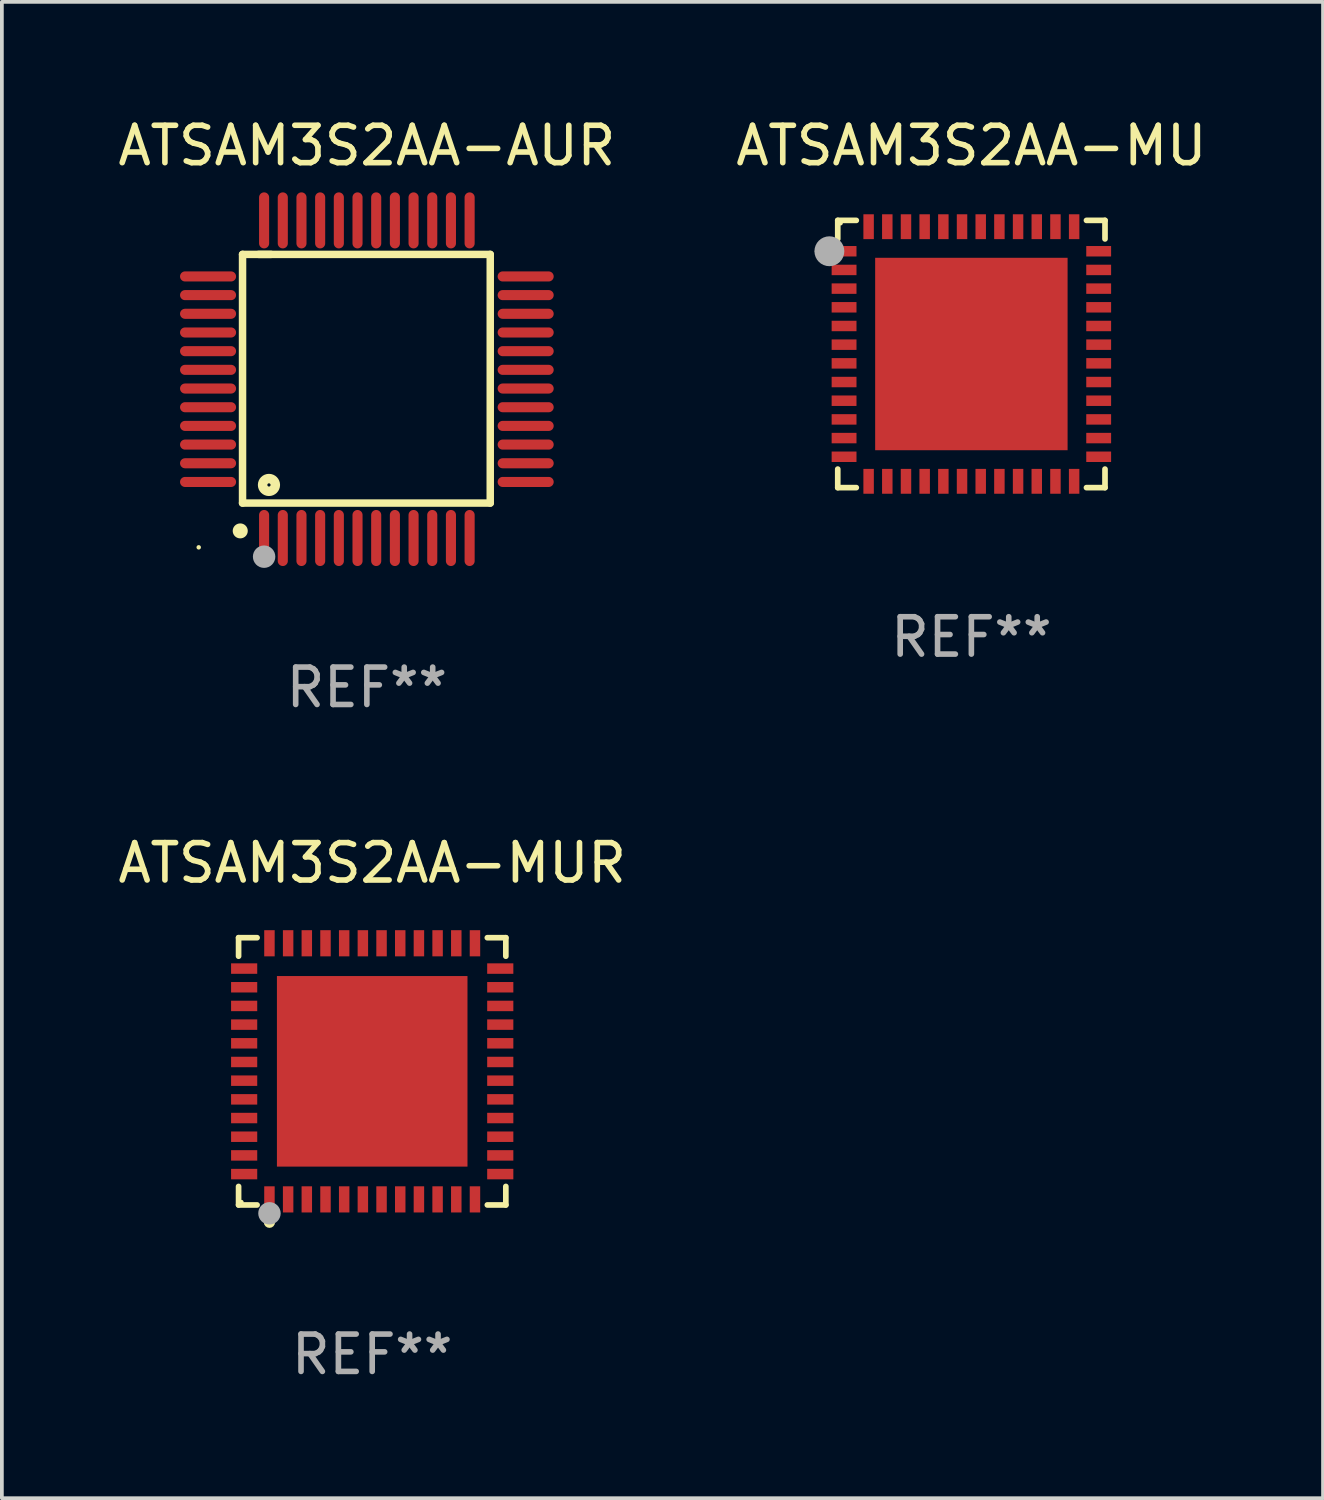
<source format=kicad_pcb>
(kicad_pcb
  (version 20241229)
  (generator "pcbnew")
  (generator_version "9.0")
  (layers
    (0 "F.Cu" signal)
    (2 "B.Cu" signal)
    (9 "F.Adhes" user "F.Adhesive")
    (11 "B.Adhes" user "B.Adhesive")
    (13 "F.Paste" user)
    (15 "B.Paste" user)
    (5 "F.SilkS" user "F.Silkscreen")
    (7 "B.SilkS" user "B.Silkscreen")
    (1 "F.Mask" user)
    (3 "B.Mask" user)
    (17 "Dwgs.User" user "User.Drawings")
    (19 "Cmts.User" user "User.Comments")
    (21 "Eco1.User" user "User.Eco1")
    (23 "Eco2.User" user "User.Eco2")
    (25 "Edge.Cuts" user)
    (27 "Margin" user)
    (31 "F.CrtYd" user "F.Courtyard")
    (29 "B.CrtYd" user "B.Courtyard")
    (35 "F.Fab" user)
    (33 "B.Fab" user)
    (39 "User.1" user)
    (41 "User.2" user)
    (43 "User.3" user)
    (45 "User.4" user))
  (footprint "ATSAM3S2AA-MUR"
    (layer "F.Cu")
    (at 6.911 25.621)
    (property "Reference" "ATSAM3S2AA-MUR" (at 0 -5.576 0) (layer "F.SilkS") (effects (font (size 1 1) (thickness 0.15))))
    (attr through_hole)
    (fp_line (start -3.576 -3.576) (end -3.081 -3.576) (stroke (width 0.152) (type solid)) (layer "F.SilkS"))
    (fp_line (start -3.576 -3.081) (end -3.576 -3.576) (stroke (width 0.152) (type solid)) (layer "F.SilkS"))
    (fp_line (start -3.576 3.081) (end -3.576 3.576) (stroke (width 0.152) (type solid)) (layer "F.SilkS"))
    (fp_line (start -3.576 3.576) (end -3.081 3.576) (stroke (width 0.152) (type solid)) (layer "F.SilkS"))
    (fp_line (start 3.576 -3.576) (end 3.081 -3.576) (stroke (width 0.152) (type solid)) (layer "F.SilkS"))
    (fp_line (start 3.576 -3.081) (end 3.576 -3.576) (stroke (width 0.152) (type solid)) (layer "F.SilkS"))
    (fp_line (start 3.576 3.081) (end 3.576 3.576) (stroke (width 0.152) (type solid)) (layer "F.SilkS"))
    (fp_line (start 3.576 3.576) (end 3.081 3.576) (stroke (width 0.152) (type solid)) (layer "F.SilkS"))
    (fp_circle (center -3.5 3.5) (end -3.47 3.5) (stroke (width 0.06) (type solid)) (fill no) (layer "F.SilkS"))
    (fp_circle (center -2.75 4.04) (end -2.675 4.04) (stroke (width 0.15) (type solid)) (fill no) (layer "F.SilkS"))
    (fp_circle (center -2.75 3.8) (end -2.6 3.8) (stroke (width 0.3) (type solid)) (fill no) (layer "F.Fab"))
    (fp_text user "REF**" (at 0 7.576 0) (layer "F.Fab") (effects (font (size 1 1) (thickness 0.15))))
    (pad "1" smd rect (at -2.75 3.427) (size 0.28 0.7) (layers "F.Cu" "F.Mask" "F.Paste"))
    (pad "2" smd rect (at -2.25 3.427) (size 0.28 0.7) (layers "F.Cu" "F.Mask" "F.Paste"))
    (pad "3" smd rect (at -1.75 3.427) (size 0.28 0.7) (layers "F.Cu" "F.Mask" "F.Paste"))
    (pad "4" smd rect (at -1.25 3.427) (size 0.28 0.7) (layers "F.Cu" "F.Mask" "F.Paste"))
    (pad "5" smd rect (at -0.75 3.427) (size 0.28 0.7) (layers "F.Cu" "F.Mask" "F.Paste"))
    (pad "6" smd rect (at -0.25 3.427) (size 0.28 0.7) (layers "F.Cu" "F.Mask" "F.Paste"))
    (pad "7" smd rect (at 0.25 3.427) (size 0.28 0.7) (layers "F.Cu" "F.Mask" "F.Paste"))
    (pad "8" smd rect (at 0.75 3.427) (size 0.28 0.7) (layers "F.Cu" "F.Mask" "F.Paste"))
    (pad "9" smd rect (at 1.25 3.427) (size 0.28 0.7) (layers "F.Cu" "F.Mask" "F.Paste"))
    (pad "10" smd rect (at 1.75 3.427) (size 0.28 0.7) (layers "F.Cu" "F.Mask" "F.Paste"))
    (pad "11" smd rect (at 2.25 3.427) (size 0.28 0.7) (layers "F.Cu" "F.Mask" "F.Paste"))
    (pad "12" smd rect (at 2.75 3.427) (size 0.28 0.7) (layers "F.Cu" "F.Mask" "F.Paste"))
    (pad "13" smd rect (at 3.427 2.75) (size 0.7 0.28) (layers "F.Cu" "F.Mask" "F.Paste"))
    (pad "14" smd rect (at 3.427 2.25) (size 0.7 0.28) (layers "F.Cu" "F.Mask" "F.Paste"))
    (pad "15" smd rect (at 3.427 1.75) (size 0.7 0.28) (layers "F.Cu" "F.Mask" "F.Paste"))
    (pad "16" smd rect (at 3.427 1.25) (size 0.7 0.28) (layers "F.Cu" "F.Mask" "F.Paste"))
    (pad "17" smd rect (at 3.427 0.75) (size 0.7 0.28) (layers "F.Cu" "F.Mask" "F.Paste"))
    (pad "18" smd rect (at 3.427 0.25) (size 0.7 0.28) (layers "F.Cu" "F.Mask" "F.Paste"))
    (pad "19" smd rect (at 3.427 -0.25) (size 0.7 0.28) (layers "F.Cu" "F.Mask" "F.Paste"))
    (pad "20" smd rect (at 3.427 -0.75) (size 0.7 0.28) (layers "F.Cu" "F.Mask" "F.Paste"))
    (pad "21" smd rect (at 3.427 -1.25) (size 0.7 0.28) (layers "F.Cu" "F.Mask" "F.Paste"))
    (pad "22" smd rect (at 3.427 -1.75) (size 0.7 0.28) (layers "F.Cu" "F.Mask" "F.Paste"))
    (pad "23" smd rect (at 3.427 -2.25) (size 0.7 0.28) (layers "F.Cu" "F.Mask" "F.Paste"))
    (pad "24" smd rect (at 3.427 -2.75) (size 0.7 0.28) (layers "F.Cu" "F.Mask" "F.Paste"))
    (pad "25" smd rect (at 2.75 -3.427) (size 0.28 0.7) (layers "F.Cu" "F.Mask" "F.Paste"))
    (pad "26" smd rect (at 2.25 -3.427) (size 0.28 0.7) (layers "F.Cu" "F.Mask" "F.Paste"))
    (pad "27" smd rect (at 1.75 -3.427) (size 0.28 0.7) (layers "F.Cu" "F.Mask" "F.Paste"))
    (pad "28" smd rect (at 1.25 -3.427) (size 0.28 0.7) (layers "F.Cu" "F.Mask" "F.Paste"))
    (pad "29" smd rect (at 0.75 -3.427) (size 0.28 0.7) (layers "F.Cu" "F.Mask" "F.Paste"))
    (pad "30" smd rect (at 0.25 -3.427) (size 0.28 0.7) (layers "F.Cu" "F.Mask" "F.Paste"))
    (pad "31" smd rect (at -0.25 -3.427) (size 0.28 0.7) (layers "F.Cu" "F.Mask" "F.Paste"))
    (pad "32" smd rect (at -0.75 -3.427) (size 0.28 0.7) (layers "F.Cu" "F.Mask" "F.Paste"))
    (pad "33" smd rect (at -1.25 -3.427) (size 0.28 0.7) (layers "F.Cu" "F.Mask" "F.Paste"))
    (pad "34" smd rect (at -1.75 -3.427) (size 0.28 0.7) (layers "F.Cu" "F.Mask" "F.Paste"))
    (pad "35" smd rect (at -2.25 -3.427) (size 0.28 0.7) (layers "F.Cu" "F.Mask" "F.Paste"))
    (pad "36" smd rect (at -2.75 -3.427) (size 0.28 0.7) (layers "F.Cu" "F.Mask" "F.Paste"))
    (pad "37" smd rect (at -3.427 -2.75) (size 0.7 0.28) (layers "F.Cu" "F.Mask" "F.Paste"))
    (pad "38" smd rect (at -3.427 -2.25) (size 0.7 0.28) (layers "F.Cu" "F.Mask" "F.Paste"))
    (pad "39" smd rect (at -3.427 -1.75) (size 0.7 0.28) (layers "F.Cu" "F.Mask" "F.Paste"))
    (pad "40" smd rect (at -3.427 -1.25) (size 0.7 0.28) (layers "F.Cu" "F.Mask" "F.Paste"))
    (pad "41" smd rect (at -3.427 -0.75) (size 0.7 0.28) (layers "F.Cu" "F.Mask" "F.Paste"))
    (pad "42" smd rect (at -3.427 -0.25) (size 0.7 0.28) (layers "F.Cu" "F.Mask" "F.Paste"))
    (pad "43" smd rect (at -3.427 0.25) (size 0.7 0.28) (layers "F.Cu" "F.Mask" "F.Paste"))
    (pad "44" smd rect (at -3.427 0.75) (size 0.7 0.28) (layers "F.Cu" "F.Mask" "F.Paste"))
    (pad "45" smd rect (at -3.427 1.25) (size 0.7 0.28) (layers "F.Cu" "F.Mask" "F.Paste"))
    (pad "46" smd rect (at -3.427 1.75) (size 0.7 0.28) (layers "F.Cu" "F.Mask" "F.Paste"))
    (pad "47" smd rect (at -3.427 2.25) (size 0.7 0.28) (layers "F.Cu" "F.Mask" "F.Paste"))
    (pad "48" smd rect (at -3.427 2.75) (size 0.7 0.28) (layers "F.Cu" "F.Mask" "F.Paste"))
    (pad "49" smd rect (at 0 0) (size 5.1 5.1) (layers "F.Cu" "F.Mask" "F.Paste")))
  (footprint "ATSAM3S2AA-MU"
    (layer "F.Cu")
    (at 22.946 6.424)
    (property "Reference" "ATSAM3S2AA-MU" (at 0 -5.576 0) (layer "F.SilkS") (effects (font (size 1 1) (thickness 0.15))))
    (attr through_hole)
    (fp_line (start -3.576 -3.576) (end -3.576 -3.08) (stroke (width 0.152) (type solid)) (layer "F.SilkS"))
    (fp_line (start -3.576 3.576) (end -3.576 3.08) (stroke (width 0.152) (type solid)) (layer "F.SilkS"))
    (fp_line (start -3.08 -3.576) (end -3.576 -3.576) (stroke (width 0.152) (type solid)) (layer "F.SilkS"))
    (fp_line (start -3.08 3.576) (end -3.576 3.576) (stroke (width 0.152) (type solid)) (layer "F.SilkS"))
    (fp_line (start 3.08 -3.576) (end 3.576 -3.576) (stroke (width 0.152) (type solid)) (layer "F.SilkS"))
    (fp_line (start 3.08 3.576) (end 3.576 3.576) (stroke (width 0.152) (type solid)) (layer "F.SilkS"))
    (fp_line (start 3.576 -3.576) (end 3.576 -3.08) (stroke (width 0.152) (type solid)) (layer "F.SilkS"))
    (fp_line (start 3.576 3.576) (end 3.576 3.08) (stroke (width 0.152) (type solid)) (layer "F.SilkS"))
    (fp_circle (center -4.04 -2.75) (end -3.965 -2.75) (stroke (width 0.15) (type solid)) (fill no) (layer "F.SilkS"))
    (fp_circle (center -3.5 -3.5) (end -3.47 -3.5) (stroke (width 0.06) (type solid)) (fill no) (layer "F.SilkS"))
    (fp_circle (center -3.8 -2.75) (end -3.6 -2.75) (stroke (width 0.4) (type solid)) (fill no) (layer "F.Fab"))
    (fp_text user "REF**" (at 0 7.576 0) (layer "F.Fab") (effects (font (size 1 1) (thickness 0.15))))
    (pad "1" smd rect (at -3.407 -2.75) (size 0.665 0.28) (layers "F.Cu" "F.Mask" "F.Paste"))
    (pad "2" smd rect (at -3.407 -2.25) (size 0.665 0.28) (layers "F.Cu" "F.Mask" "F.Paste"))
    (pad "3" smd rect (at -3.407 -1.75) (size 0.665 0.28) (layers "F.Cu" "F.Mask" "F.Paste"))
    (pad "4" smd rect (at -3.407 -1.25) (size 0.665 0.28) (layers "F.Cu" "F.Mask" "F.Paste"))
    (pad "5" smd rect (at -3.407 -0.75) (size 0.665 0.28) (layers "F.Cu" "F.Mask" "F.Paste"))
    (pad "6" smd rect (at -3.407 -0.25) (size 0.665 0.28) (layers "F.Cu" "F.Mask" "F.Paste"))
    (pad "7" smd rect (at -3.407 0.25) (size 0.665 0.28) (layers "F.Cu" "F.Mask" "F.Paste"))
    (pad "8" smd rect (at -3.407 0.75) (size 0.665 0.28) (layers "F.Cu" "F.Mask" "F.Paste"))
    (pad "9" smd rect (at -3.407 1.25) (size 0.665 0.28) (layers "F.Cu" "F.Mask" "F.Paste"))
    (pad "10" smd rect (at -3.407 1.75) (size 0.665 0.28) (layers "F.Cu" "F.Mask" "F.Paste"))
    (pad "11" smd rect (at -3.407 2.25) (size 0.665 0.28) (layers "F.Cu" "F.Mask" "F.Paste"))
    (pad "12" smd rect (at -3.407 2.75) (size 0.665 0.28) (layers "F.Cu" "F.Mask" "F.Paste"))
    (pad "13" smd rect (at -2.75 3.407) (size 0.28 0.665) (layers "F.Cu" "F.Mask" "F.Paste"))
    (pad "14" smd rect (at -2.25 3.407) (size 0.28 0.665) (layers "F.Cu" "F.Mask" "F.Paste"))
    (pad "15" smd rect (at -1.75 3.407) (size 0.28 0.665) (layers "F.Cu" "F.Mask" "F.Paste"))
    (pad "16" smd rect (at -1.25 3.407) (size 0.28 0.665) (layers "F.Cu" "F.Mask" "F.Paste"))
    (pad "17" smd rect (at -0.75 3.407) (size 0.28 0.665) (layers "F.Cu" "F.Mask" "F.Paste"))
    (pad "18" smd rect (at -0.25 3.407) (size 0.28 0.665) (layers "F.Cu" "F.Mask" "F.Paste"))
    (pad "19" smd rect (at 0.25 3.407) (size 0.28 0.665) (layers "F.Cu" "F.Mask" "F.Paste"))
    (pad "20" smd rect (at 0.75 3.407) (size 0.28 0.665) (layers "F.Cu" "F.Mask" "F.Paste"))
    (pad "21" smd rect (at 1.25 3.407) (size 0.28 0.665) (layers "F.Cu" "F.Mask" "F.Paste"))
    (pad "22" smd rect (at 1.75 3.407) (size 0.28 0.665) (layers "F.Cu" "F.Mask" "F.Paste"))
    (pad "23" smd rect (at 2.25 3.407) (size 0.28 0.665) (layers "F.Cu" "F.Mask" "F.Paste"))
    (pad "24" smd rect (at 2.75 3.407) (size 0.28 0.665) (layers "F.Cu" "F.Mask" "F.Paste"))
    (pad "25" smd rect (at 3.407 2.75) (size 0.665 0.28) (layers "F.Cu" "F.Mask" "F.Paste"))
    (pad "26" smd rect (at 3.407 2.25) (size 0.665 0.28) (layers "F.Cu" "F.Mask" "F.Paste"))
    (pad "27" smd rect (at 3.407 1.75) (size 0.665 0.28) (layers "F.Cu" "F.Mask" "F.Paste"))
    (pad "28" smd rect (at 3.407 1.25) (size 0.665 0.28) (layers "F.Cu" "F.Mask" "F.Paste"))
    (pad "29" smd rect (at 3.407 0.75) (size 0.665 0.28) (layers "F.Cu" "F.Mask" "F.Paste"))
    (pad "30" smd rect (at 3.407 0.25) (size 0.665 0.28) (layers "F.Cu" "F.Mask" "F.Paste"))
    (pad "31" smd rect (at 3.407 -0.25) (size 0.665 0.28) (layers "F.Cu" "F.Mask" "F.Paste"))
    (pad "32" smd rect (at 3.407 -0.75) (size 0.665 0.28) (layers "F.Cu" "F.Mask" "F.Paste"))
    (pad "33" smd rect (at 3.407 -1.25) (size 0.665 0.28) (layers "F.Cu" "F.Mask" "F.Paste"))
    (pad "34" smd rect (at 3.407 -1.75) (size 0.665 0.28) (layers "F.Cu" "F.Mask" "F.Paste"))
    (pad "35" smd rect (at 3.407 -2.25) (size 0.665 0.28) (layers "F.Cu" "F.Mask" "F.Paste"))
    (pad "36" smd rect (at 3.407 -2.75) (size 0.665 0.28) (layers "F.Cu" "F.Mask" "F.Paste"))
    (pad "37" smd rect (at 2.75 -3.407) (size 0.28 0.665) (layers "F.Cu" "F.Mask" "F.Paste"))
    (pad "38" smd rect (at 2.25 -3.407) (size 0.28 0.665) (layers "F.Cu" "F.Mask" "F.Paste"))
    (pad "39" smd rect (at 1.75 -3.407) (size 0.28 0.665) (layers "F.Cu" "F.Mask" "F.Paste"))
    (pad "40" smd rect (at 1.25 -3.407) (size 0.28 0.665) (layers "F.Cu" "F.Mask" "F.Paste"))
    (pad "41" smd rect (at 0.75 -3.407) (size 0.28 0.665) (layers "F.Cu" "F.Mask" "F.Paste"))
    (pad "42" smd rect (at 0.25 -3.407) (size 0.28 0.665) (layers "F.Cu" "F.Mask" "F.Paste"))
    (pad "43" smd rect (at -0.25 -3.407) (size 0.28 0.665) (layers "F.Cu" "F.Mask" "F.Paste"))
    (pad "44" smd rect (at -0.75 -3.407) (size 0.28 0.665) (layers "F.Cu" "F.Mask" "F.Paste"))
    (pad "45" smd rect (at -1.25 -3.407) (size 0.28 0.665) (layers "F.Cu" "F.Mask" "F.Paste"))
    (pad "46" smd rect (at -1.75 -3.407) (size 0.28 0.665) (layers "F.Cu" "F.Mask" "F.Paste"))
    (pad "47" smd rect (at -2.25 -3.407) (size 0.28 0.665) (layers "F.Cu" "F.Mask" "F.Paste"))
    (pad "48" smd rect (at -2.75 -3.407) (size 0.28 0.665) (layers "F.Cu" "F.Mask" "F.Paste"))
    (pad "49" smd rect (at 0 0) (size 5.15 5.15) (layers "F.Cu" "F.Mask" "F.Paste")))
  (footprint "ATSAM3S2AA-AUR"
    (layer "F.Cu")
    (at 6.768 7.098)
    (property "Reference" "ATSAM3S2AA-AUR" (at 0 -6.25 0) (layer "F.SilkS") (effects (font (size 1 1) (thickness 0.15))))
    (attr through_hole)
    (fp_line (start -3.327 -3.34) (end -2.565 -3.34) (stroke (width 0.2) (type solid)) (layer "F.SilkS"))
    (fp_line (start -3.327 3.315) (end -3.327 -3.34) (stroke (width 0.2) (type solid)) (layer "F.SilkS"))
    (fp_line (start -2.896 -3.34) (end 3.302 -3.34) (stroke (width 0.2) (type solid)) (layer "F.SilkS"))
    (fp_line (start 3.302 -3.34) (end 3.302 3.315) (stroke (width 0.2) (type solid)) (layer "F.SilkS"))
    (fp_line (start 3.302 3.315) (end -3.327 3.315) (stroke (width 0.2) (type solid)) (layer "F.SilkS"))
    (fp_arc (start -3.389992 4.059995) (mid -3.388722 4.059991) (end -3.387452 4.059995) (stroke (width 0.4) (type solid)) (layer "F.SilkS"))
    (fp_circle (center -4.5 4.5) (end -4.47 4.5) (stroke (width 0.06) (type solid)) (fill no) (layer "F.SilkS"))
    (fp_circle (center -2.62 2.83) (end -2.45 2.83) (stroke (width 0.254) (type solid)) (fill no) (layer "F.SilkS"))
    (fp_circle (center -2.75 4.75) (end -2.6 4.75) (stroke (width 0.3) (type solid)) (fill no) (layer "F.Fab"))
    (fp_text user "REF**" (at 0 8.25 0) (layer "F.Fab") (effects (font (size 1 1) (thickness 0.15))))
    (pad "1" smd oval (at -2.75 4.25) (size 0.27 1.5) (layers "F.Cu" "F.Mask" "F.Paste"))
    (pad "2" smd oval (at -2.25 4.25) (size 0.27 1.5) (layers "F.Cu" "F.Mask" "F.Paste"))
    (pad "3" smd oval (at -1.75 4.25) (size 0.27 1.5) (layers "F.Cu" "F.Mask" "F.Paste"))
    (pad "4" smd oval (at -1.25 4.25) (size 0.27 1.5) (layers "F.Cu" "F.Mask" "F.Paste"))
    (pad "5" smd oval (at -0.75 4.25) (size 0.27 1.5) (layers "F.Cu" "F.Mask" "F.Paste"))
    (pad "6" smd oval (at -0.25 4.25) (size 0.27 1.5) (layers "F.Cu" "F.Mask" "F.Paste"))
    (pad "7" smd oval (at 0.25 4.25) (size 0.27 1.5) (layers "F.Cu" "F.Mask" "F.Paste"))
    (pad "8" smd oval (at 0.75 4.25) (size 0.27 1.5) (layers "F.Cu" "F.Mask" "F.Paste"))
    (pad "9" smd oval (at 1.25 4.25) (size 0.27 1.5) (layers "F.Cu" "F.Mask" "F.Paste"))
    (pad "10" smd oval (at 1.75 4.25) (size 0.27 1.5) (layers "F.Cu" "F.Mask" "F.Paste"))
    (pad "11" smd oval (at 2.25 4.25) (size 0.27 1.5) (layers "F.Cu" "F.Mask" "F.Paste"))
    (pad "12" smd oval (at 2.75 4.25) (size 0.27 1.5) (layers "F.Cu" "F.Mask" "F.Paste"))
    (pad "13" smd oval (at 4.25 2.75) (size 1.5 0.27) (layers "F.Cu" "F.Mask" "F.Paste"))
    (pad "14" smd oval (at 4.25 2.25) (size 1.5 0.27) (layers "F.Cu" "F.Mask" "F.Paste"))
    (pad "15" smd oval (at 4.25 1.75) (size 1.5 0.27) (layers "F.Cu" "F.Mask" "F.Paste"))
    (pad "16" smd oval (at 4.25 1.25) (size 1.5 0.27) (layers "F.Cu" "F.Mask" "F.Paste"))
    (pad "17" smd oval (at 4.25 0.75) (size 1.5 0.27) (layers "F.Cu" "F.Mask" "F.Paste"))
    (pad "18" smd oval (at 4.25 0.25) (size 1.5 0.27) (layers "F.Cu" "F.Mask" "F.Paste"))
    (pad "19" smd oval (at 4.25 -0.25) (size 1.5 0.27) (layers "F.Cu" "F.Mask" "F.Paste"))
    (pad "20" smd oval (at 4.25 -0.75) (size 1.5 0.27) (layers "F.Cu" "F.Mask" "F.Paste"))
    (pad "21" smd oval (at 4.25 -1.25) (size 1.5 0.27) (layers "F.Cu" "F.Mask" "F.Paste"))
    (pad "22" smd oval (at 4.25 -1.75) (size 1.5 0.27) (layers "F.Cu" "F.Mask" "F.Paste"))
    (pad "23" smd oval (at 4.25 -2.25) (size 1.5 0.27) (layers "F.Cu" "F.Mask" "F.Paste"))
    (pad "24" smd oval (at 4.25 -2.75) (size 1.5 0.27) (layers "F.Cu" "F.Mask" "F.Paste"))
    (pad "25" smd oval (at 2.75 -4.25) (size 0.27 1.5) (layers "F.Cu" "F.Mask" "F.Paste"))
    (pad "26" smd oval (at 2.25 -4.25) (size 0.27 1.5) (layers "F.Cu" "F.Mask" "F.Paste"))
    (pad "27" smd oval (at 1.75 -4.25) (size 0.27 1.5) (layers "F.Cu" "F.Mask" "F.Paste"))
    (pad "28" smd oval (at 1.25 -4.25) (size 0.27 1.5) (layers "F.Cu" "F.Mask" "F.Paste"))
    (pad "29" smd oval (at 0.75 -4.25) (size 0.27 1.5) (layers "F.Cu" "F.Mask" "F.Paste"))
    (pad "30" smd oval (at 0.25 -4.25) (size 0.27 1.5) (layers "F.Cu" "F.Mask" "F.Paste"))
    (pad "31" smd oval (at -0.25 -4.25) (size 0.27 1.5) (layers "F.Cu" "F.Mask" "F.Paste"))
    (pad "32" smd oval (at -0.75 -4.25) (size 0.27 1.5) (layers "F.Cu" "F.Mask" "F.Paste"))
    (pad "33" smd oval (at -1.25 -4.25) (size 0.27 1.5) (layers "F.Cu" "F.Mask" "F.Paste"))
    (pad "34" smd oval (at -1.75 -4.25) (size 0.27 1.5) (layers "F.Cu" "F.Mask" "F.Paste"))
    (pad "35" smd oval (at -2.25 -4.25) (size 0.27 1.5) (layers "F.Cu" "F.Mask" "F.Paste"))
    (pad "36" smd oval (at -2.75 -4.25) (size 0.27 1.5) (layers "F.Cu" "F.Mask" "F.Paste"))
    (pad "37" smd oval (at -4.25 -2.75) (size 1.5 0.27) (layers "F.Cu" "F.Mask" "F.Paste"))
    (pad "38" smd oval (at -4.25 -2.25) (size 1.5 0.27) (layers "F.Cu" "F.Mask" "F.Paste"))
    (pad "39" smd oval (at -4.25 -1.75) (size 1.5 0.27) (layers "F.Cu" "F.Mask" "F.Paste"))
    (pad "40" smd oval (at -4.25 -1.25) (size 1.5 0.27) (layers "F.Cu" "F.Mask" "F.Paste"))
    (pad "41" smd oval (at -4.25 -0.75) (size 1.5 0.27) (layers "F.Cu" "F.Mask" "F.Paste"))
    (pad "42" smd oval (at -4.25 -0.25) (size 1.5 0.27) (layers "F.Cu" "F.Mask" "F.Paste"))
    (pad "43" smd oval (at -4.25 0.25) (size 1.5 0.27) (layers "F.Cu" "F.Mask" "F.Paste"))
    (pad "44" smd oval (at -4.25 0.75) (size 1.5 0.27) (layers "F.Cu" "F.Mask" "F.Paste"))
    (pad "45" smd oval (at -4.25 1.25) (size 1.5 0.27) (layers "F.Cu" "F.Mask" "F.Paste"))
    (pad "46" smd oval (at -4.25 1.75) (size 1.5 0.27) (layers "F.Cu" "F.Mask" "F.Paste"))
    (pad "47" smd oval (at -4.25 2.25) (size 1.5 0.27) (layers "F.Cu" "F.Mask" "F.Paste"))
    (pad "48" smd oval (at -4.25 2.75) (size 1.5 0.27) (layers "F.Cu" "F.Mask" "F.Paste")))
  (gr_rect
    (start -3 -3)
    (end 32.357 37.045)
    (stroke (width 0.1) (type default))
    (fill no)
    (layer "Edge.Cuts")))
</source>
